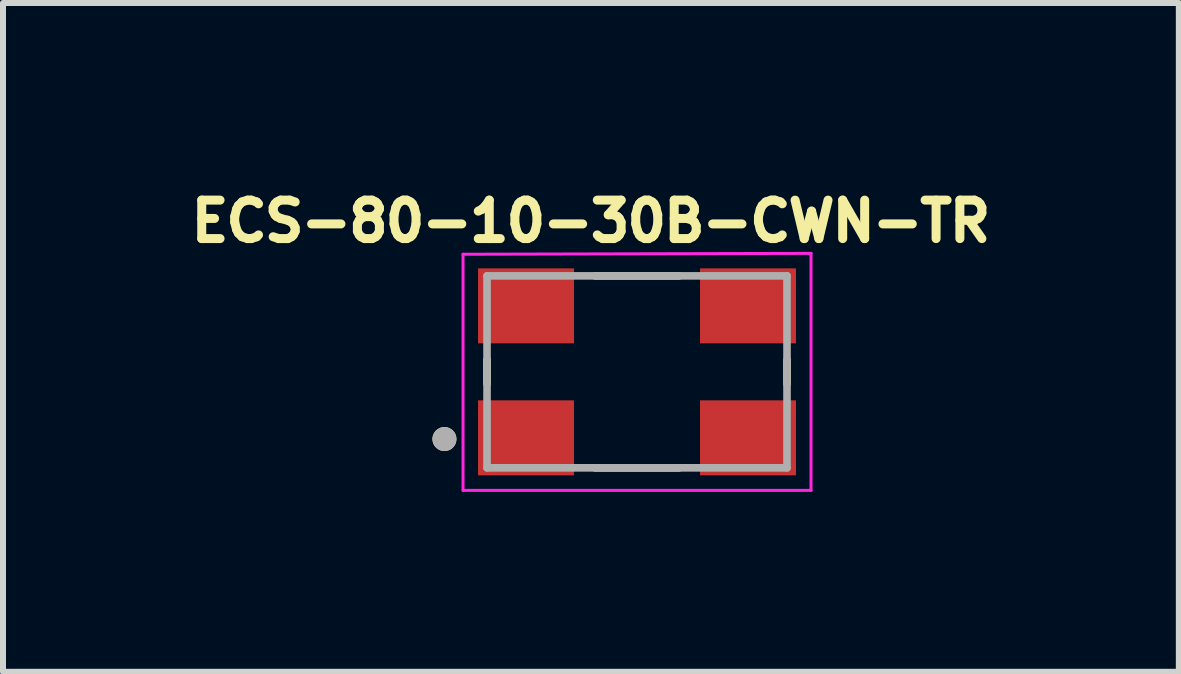
<source format=kicad_pcb>
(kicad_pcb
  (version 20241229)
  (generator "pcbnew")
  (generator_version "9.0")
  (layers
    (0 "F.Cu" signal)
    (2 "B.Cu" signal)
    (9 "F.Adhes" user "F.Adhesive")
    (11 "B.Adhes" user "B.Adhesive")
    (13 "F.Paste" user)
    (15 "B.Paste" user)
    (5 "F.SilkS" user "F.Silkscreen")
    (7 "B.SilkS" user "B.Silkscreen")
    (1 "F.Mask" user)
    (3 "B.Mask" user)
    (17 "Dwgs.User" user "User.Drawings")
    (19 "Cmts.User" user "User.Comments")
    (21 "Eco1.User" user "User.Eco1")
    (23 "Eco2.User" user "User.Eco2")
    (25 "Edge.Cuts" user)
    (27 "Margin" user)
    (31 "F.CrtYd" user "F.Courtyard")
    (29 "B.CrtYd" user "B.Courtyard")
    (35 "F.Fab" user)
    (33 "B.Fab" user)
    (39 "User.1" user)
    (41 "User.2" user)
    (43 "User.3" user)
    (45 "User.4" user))
  (footprint "ECS-80-10-30B-CWN-TR"
    (layer "F.Cu")
    (at 7.568 3.148)
    (property "Reference" "ECS-80-10-30B-CWN-TR" (at -0.769 -2.51 0) (layer "F.SilkS") (effects (font (size 0.641 0.641) (thickness 0.15))))
    (attr smd)
    (fp_line (start -2.5 0.2) (end -2.5 -0.2) (stroke (width 0.127) (type solid)) (layer "F.SilkS"))
    (fp_line (start -0.7 1.6) (end 0.7 1.6) (stroke (width 0.127) (type solid)) (layer "F.SilkS"))
    (fp_line (start 0.7 -1.6) (end -0.7 -1.6) (stroke (width 0.127) (type solid)) (layer "F.SilkS"))
    (fp_line (start 2.5 0.2) (end 2.5 -0.2) (stroke (width 0.127) (type solid)) (layer "F.SilkS"))
    (fp_circle (center -3.21 1.12) (end -3.11 1.12) (stroke (width 0.2) (type solid)) (fill no) (layer "F.SilkS"))
    (fp_line (start -2.9 -1.96) (end -2.9 1.975) (stroke (width 0.05) (type solid)) (layer "F.CrtYd"))
    (fp_line (start -2.9 1.975) (end 2.9 1.975) (stroke (width 0.05) (type solid)) (layer "F.CrtYd"))
    (fp_line (start 2.9 -1.975) (end -2.9 -1.96) (stroke (width 0.05) (type solid)) (layer "F.CrtYd"))
    (fp_line (start 2.9 1.975) (end 2.9 -1.975) (stroke (width 0.05) (type solid)) (layer "F.CrtYd"))
    (fp_line (start -2.5 -1.6) (end -2.5 1.6) (stroke (width 0.127) (type solid)) (layer "F.Fab"))
    (fp_line (start -2.5 1.6) (end 2.5 1.6) (stroke (width 0.127) (type solid)) (layer "F.Fab"))
    (fp_line (start 2.5 -1.6) (end -2.5 -1.6) (stroke (width 0.127) (type solid)) (layer "F.Fab"))
    (fp_line (start 2.5 1.6) (end 2.5 -1.6) (stroke (width 0.127) (type solid)) (layer "F.Fab"))
    (fp_circle (center -3.21 1.12) (end -3.11 1.12) (stroke (width 0.2) (type solid)) (fill no) (layer "F.Fab"))
    (pad "1" smd rect (at -1.85 1.1 180) (size 1.6 1.25) (layers "F.Cu" "F.Mask" "F.Paste"))
    (pad "2" smd rect (at 1.85 1.1 180) (size 1.6 1.25) (layers "F.Cu" "F.Mask" "F.Paste"))
    (pad "3" smd rect (at 1.85 -1.1 180) (size 1.6 1.25) (layers "F.Cu" "F.Mask" "F.Paste"))
    (pad "4" smd rect (at -1.85 -1.1 180) (size 1.6 1.25) (layers "F.Cu" "F.Mask" "F.Paste")))
  (gr_rect
    (start -3 -3)
    (end 16.599 8.148)
    (stroke (width 0.1) (type default))
    (fill no)
    (layer "Edge.Cuts")))
</source>
